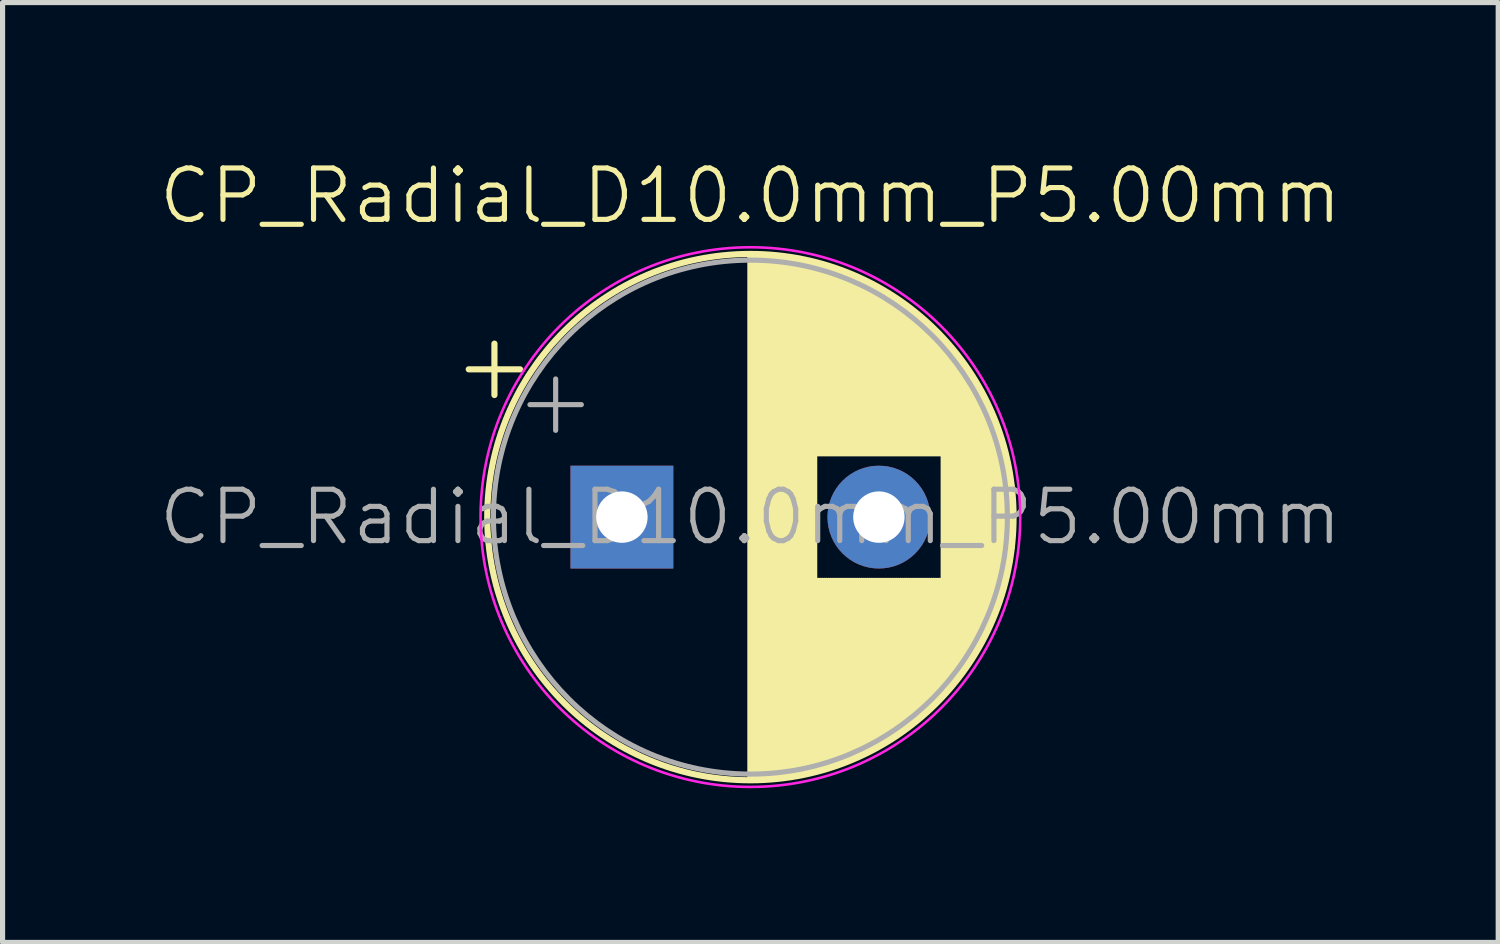
<source format=kicad_pcb>
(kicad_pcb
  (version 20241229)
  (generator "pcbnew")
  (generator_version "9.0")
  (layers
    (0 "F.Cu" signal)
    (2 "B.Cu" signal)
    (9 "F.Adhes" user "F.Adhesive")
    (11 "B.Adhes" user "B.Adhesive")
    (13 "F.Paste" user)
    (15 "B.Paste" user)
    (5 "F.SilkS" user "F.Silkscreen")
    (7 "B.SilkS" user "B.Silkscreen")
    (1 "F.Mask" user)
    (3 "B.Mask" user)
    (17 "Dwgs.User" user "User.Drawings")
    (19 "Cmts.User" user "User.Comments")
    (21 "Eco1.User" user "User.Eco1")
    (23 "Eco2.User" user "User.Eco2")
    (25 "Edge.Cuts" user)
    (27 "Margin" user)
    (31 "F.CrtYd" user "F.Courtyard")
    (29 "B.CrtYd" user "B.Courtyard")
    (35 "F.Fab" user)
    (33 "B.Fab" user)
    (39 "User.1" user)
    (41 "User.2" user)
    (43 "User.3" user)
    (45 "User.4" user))
  (footprint "CP_Radial_D10.0mm_P5.00mm"
    (layer "F.Cu")
    (at 9.05 7.011)
    (property "Reference" "CP_Radial_D10.0mm_P5.00mm" (at 2.5 -6.25 0) (layer "F.SilkS") (effects (font (size 1 1) (thickness 0.1))))
    (attr through_hole)
    (fp_line (start -2.98 -2.875) (end -1.98 -2.875) (stroke (width 0.12) (type solid)) (layer "F.SilkS"))
    (fp_line (start -2.48 -3.375) (end -2.48 -2.375) (stroke (width 0.12) (type solid)) (layer "F.SilkS"))
    (fp_line (start 2.5 -5.08) (end 2.5 5.08) (stroke (width 0.12) (type solid)) (layer "F.SilkS"))
    (fp_line (start 2.54 -5.08) (end 2.54 5.08) (stroke (width 0.12) (type solid)) (layer "F.SilkS"))
    (fp_line (start 2.58 -5.08) (end 2.58 5.08) (stroke (width 0.12) (type solid)) (layer "F.SilkS"))
    (fp_line (start 2.62 -5.079) (end 2.62 5.079) (stroke (width 0.12) (type solid)) (layer "F.SilkS"))
    (fp_line (start 2.66 -5.078) (end 2.66 5.078) (stroke (width 0.12) (type solid)) (layer "F.SilkS"))
    (fp_line (start 2.7 -5.077) (end 2.7 5.077) (stroke (width 0.12) (type solid)) (layer "F.SilkS"))
    (fp_line (start 2.74 -5.075) (end 2.74 5.075) (stroke (width 0.12) (type solid)) (layer "F.SilkS"))
    (fp_line (start 2.78 -5.073) (end 2.78 5.073) (stroke (width 0.12) (type solid)) (layer "F.SilkS"))
    (fp_line (start 2.82 -5.07) (end 2.82 5.07) (stroke (width 0.12) (type solid)) (layer "F.SilkS"))
    (fp_line (start 2.86 -5.068) (end 2.86 5.068) (stroke (width 0.12) (type solid)) (layer "F.SilkS"))
    (fp_line (start 2.9 -5.065) (end 2.9 5.065) (stroke (width 0.12) (type solid)) (layer "F.SilkS"))
    (fp_line (start 2.94 -5.062) (end 2.94 5.062) (stroke (width 0.12) (type solid)) (layer "F.SilkS"))
    (fp_line (start 2.98 -5.058) (end 2.98 5.058) (stroke (width 0.12) (type solid)) (layer "F.SilkS"))
    (fp_line (start 3.02 -5.054) (end 3.02 5.054) (stroke (width 0.12) (type solid)) (layer "F.SilkS"))
    (fp_line (start 3.06 -5.05) (end 3.06 5.05) (stroke (width 0.12) (type solid)) (layer "F.SilkS"))
    (fp_line (start 3.1 -5.045) (end 3.1 5.045) (stroke (width 0.12) (type solid)) (layer "F.SilkS"))
    (fp_line (start 3.14 -5.04) (end 3.14 5.04) (stroke (width 0.12) (type solid)) (layer "F.SilkS"))
    (fp_line (start 3.18 -5.035) (end 3.18 5.035) (stroke (width 0.12) (type solid)) (layer "F.SilkS"))
    (fp_line (start 3.221 -5.03) (end 3.221 5.03) (stroke (width 0.12) (type solid)) (layer "F.SilkS"))
    (fp_line (start 3.261 -5.024) (end 3.261 5.024) (stroke (width 0.12) (type solid)) (layer "F.SilkS"))
    (fp_line (start 3.301 -5.018) (end 3.301 5.018) (stroke (width 0.12) (type solid)) (layer "F.SilkS"))
    (fp_line (start 3.341 -5.011) (end 3.341 5.011) (stroke (width 0.12) (type solid)) (layer "F.SilkS"))
    (fp_line (start 3.381 -5.004) (end 3.381 5.004) (stroke (width 0.12) (type solid)) (layer "F.SilkS"))
    (fp_line (start 3.421 -4.997) (end 3.421 4.997) (stroke (width 0.12) (type solid)) (layer "F.SilkS"))
    (fp_line (start 3.461 -4.99) (end 3.461 4.99) (stroke (width 0.12) (type solid)) (layer "F.SilkS"))
    (fp_line (start 3.501 -4.982) (end 3.501 4.982) (stroke (width 0.12) (type solid)) (layer "F.SilkS"))
    (fp_line (start 3.541 -4.974) (end 3.541 4.974) (stroke (width 0.12) (type solid)) (layer "F.SilkS"))
    (fp_line (start 3.581 -4.965) (end 3.581 4.965) (stroke (width 0.12) (type solid)) (layer "F.SilkS"))
    (fp_line (start 3.621 -4.956) (end 3.621 4.956) (stroke (width 0.12) (type solid)) (layer "F.SilkS"))
    (fp_line (start 3.661 -4.947) (end 3.661 4.947) (stroke (width 0.12) (type solid)) (layer "F.SilkS"))
    (fp_line (start 3.701 -4.938) (end 3.701 4.938) (stroke (width 0.12) (type solid)) (layer "F.SilkS"))
    (fp_line (start 3.741 -4.928) (end 3.741 4.928) (stroke (width 0.12) (type solid)) (layer "F.SilkS"))
    (fp_line (start 3.781 -4.918) (end 3.781 -1.241) (stroke (width 0.12) (type solid)) (layer "F.SilkS"))
    (fp_line (start 3.781 1.241) (end 3.781 4.918) (stroke (width 0.12) (type solid)) (layer "F.SilkS"))
    (fp_line (start 3.821 -4.907) (end 3.821 -1.241) (stroke (width 0.12) (type solid)) (layer "F.SilkS"))
    (fp_line (start 3.821 1.241) (end 3.821 4.907) (stroke (width 0.12) (type solid)) (layer "F.SilkS"))
    (fp_line (start 3.861 -4.897) (end 3.861 -1.241) (stroke (width 0.12) (type solid)) (layer "F.SilkS"))
    (fp_line (start 3.861 1.241) (end 3.861 4.897) (stroke (width 0.12) (type solid)) (layer "F.SilkS"))
    (fp_line (start 3.901 -4.885) (end 3.901 -1.241) (stroke (width 0.12) (type solid)) (layer "F.SilkS"))
    (fp_line (start 3.901 1.241) (end 3.901 4.885) (stroke (width 0.12) (type solid)) (layer "F.SilkS"))
    (fp_line (start 3.941 -4.874) (end 3.941 -1.241) (stroke (width 0.12) (type solid)) (layer "F.SilkS"))
    (fp_line (start 3.941 1.241) (end 3.941 4.874) (stroke (width 0.12) (type solid)) (layer "F.SilkS"))
    (fp_line (start 3.981 -4.862) (end 3.981 -1.241) (stroke (width 0.12) (type solid)) (layer "F.SilkS"))
    (fp_line (start 3.981 1.241) (end 3.981 4.862) (stroke (width 0.12) (type solid)) (layer "F.SilkS"))
    (fp_line (start 4.021 -4.85) (end 4.021 -1.241) (stroke (width 0.12) (type solid)) (layer "F.SilkS"))
    (fp_line (start 4.021 1.241) (end 4.021 4.85) (stroke (width 0.12) (type solid)) (layer "F.SilkS"))
    (fp_line (start 4.061 -4.837) (end 4.061 -1.241) (stroke (width 0.12) (type solid)) (layer "F.SilkS"))
    (fp_line (start 4.061 1.241) (end 4.061 4.837) (stroke (width 0.12) (type solid)) (layer "F.SilkS"))
    (fp_line (start 4.101 -4.824) (end 4.101 -1.241) (stroke (width 0.12) (type solid)) (layer "F.SilkS"))
    (fp_line (start 4.101 1.241) (end 4.101 4.824) (stroke (width 0.12) (type solid)) (layer "F.SilkS"))
    (fp_line (start 4.141 -4.811) (end 4.141 -1.241) (stroke (width 0.12) (type solid)) (layer "F.SilkS"))
    (fp_line (start 4.141 1.241) (end 4.141 4.811) (stroke (width 0.12) (type solid)) (layer "F.SilkS"))
    (fp_line (start 4.181 -4.797) (end 4.181 -1.241) (stroke (width 0.12) (type solid)) (layer "F.SilkS"))
    (fp_line (start 4.181 1.241) (end 4.181 4.797) (stroke (width 0.12) (type solid)) (layer "F.SilkS"))
    (fp_line (start 4.221 -4.783) (end 4.221 -1.241) (stroke (width 0.12) (type solid)) (layer "F.SilkS"))
    (fp_line (start 4.221 1.241) (end 4.221 4.783) (stroke (width 0.12) (type solid)) (layer "F.SilkS"))
    (fp_line (start 4.261 -4.768) (end 4.261 -1.241) (stroke (width 0.12) (type solid)) (layer "F.SilkS"))
    (fp_line (start 4.261 1.241) (end 4.261 4.768) (stroke (width 0.12) (type solid)) (layer "F.SilkS"))
    (fp_line (start 4.301 -4.754) (end 4.301 -1.241) (stroke (width 0.12) (type solid)) (layer "F.SilkS"))
    (fp_line (start 4.301 1.241) (end 4.301 4.754) (stroke (width 0.12) (type solid)) (layer "F.SilkS"))
    (fp_line (start 4.341 -4.738) (end 4.341 -1.241) (stroke (width 0.12) (type solid)) (layer "F.SilkS"))
    (fp_line (start 4.341 1.241) (end 4.341 4.738) (stroke (width 0.12) (type solid)) (layer "F.SilkS"))
    (fp_line (start 4.381 -4.723) (end 4.381 -1.241) (stroke (width 0.12) (type solid)) (layer "F.SilkS"))
    (fp_line (start 4.381 1.241) (end 4.381 4.723) (stroke (width 0.12) (type solid)) (layer "F.SilkS"))
    (fp_line (start 4.421 -4.707) (end 4.421 -1.241) (stroke (width 0.12) (type solid)) (layer "F.SilkS"))
    (fp_line (start 4.421 1.241) (end 4.421 4.707) (stroke (width 0.12) (type solid)) (layer "F.SilkS"))
    (fp_line (start 4.461 -4.69) (end 4.461 -1.241) (stroke (width 0.12) (type solid)) (layer "F.SilkS"))
    (fp_line (start 4.461 1.241) (end 4.461 4.69) (stroke (width 0.12) (type solid)) (layer "F.SilkS"))
    (fp_line (start 4.501 -4.674) (end 4.501 -1.241) (stroke (width 0.12) (type solid)) (layer "F.SilkS"))
    (fp_line (start 4.501 1.241) (end 4.501 4.674) (stroke (width 0.12) (type solid)) (layer "F.SilkS"))
    (fp_line (start 4.541 -4.657) (end 4.541 -1.241) (stroke (width 0.12) (type solid)) (layer "F.SilkS"))
    (fp_line (start 4.541 1.241) (end 4.541 4.657) (stroke (width 0.12) (type solid)) (layer "F.SilkS"))
    (fp_line (start 4.581 -4.639) (end 4.581 -1.241) (stroke (width 0.12) (type solid)) (layer "F.SilkS"))
    (fp_line (start 4.581 1.241) (end 4.581 4.639) (stroke (width 0.12) (type solid)) (layer "F.SilkS"))
    (fp_line (start 4.621 -4.621) (end 4.621 -1.241) (stroke (width 0.12) (type solid)) (layer "F.SilkS"))
    (fp_line (start 4.621 1.241) (end 4.621 4.621) (stroke (width 0.12) (type solid)) (layer "F.SilkS"))
    (fp_line (start 4.661 -4.603) (end 4.661 -1.241) (stroke (width 0.12) (type solid)) (layer "F.SilkS"))
    (fp_line (start 4.661 1.241) (end 4.661 4.603) (stroke (width 0.12) (type solid)) (layer "F.SilkS"))
    (fp_line (start 4.701 -4.584) (end 4.701 -1.241) (stroke (width 0.12) (type solid)) (layer "F.SilkS"))
    (fp_line (start 4.701 1.241) (end 4.701 4.584) (stroke (width 0.12) (type solid)) (layer "F.SilkS"))
    (fp_line (start 4.741 -4.564) (end 4.741 -1.241) (stroke (width 0.12) (type solid)) (layer "F.SilkS"))
    (fp_line (start 4.741 1.241) (end 4.741 4.564) (stroke (width 0.12) (type solid)) (layer "F.SilkS"))
    (fp_line (start 4.781 -4.545) (end 4.781 -1.241) (stroke (width 0.12) (type solid)) (layer "F.SilkS"))
    (fp_line (start 4.781 1.241) (end 4.781 4.545) (stroke (width 0.12) (type solid)) (layer "F.SilkS"))
    (fp_line (start 4.821 -4.525) (end 4.821 -1.241) (stroke (width 0.12) (type solid)) (layer "F.SilkS"))
    (fp_line (start 4.821 1.241) (end 4.821 4.525) (stroke (width 0.12) (type solid)) (layer "F.SilkS"))
    (fp_line (start 4.861 -4.504) (end 4.861 -1.241) (stroke (width 0.12) (type solid)) (layer "F.SilkS"))
    (fp_line (start 4.861 1.241) (end 4.861 4.504) (stroke (width 0.12) (type solid)) (layer "F.SilkS"))
    (fp_line (start 4.901 -4.483) (end 4.901 -1.241) (stroke (width 0.12) (type solid)) (layer "F.SilkS"))
    (fp_line (start 4.901 1.241) (end 4.901 4.483) (stroke (width 0.12) (type solid)) (layer "F.SilkS"))
    (fp_line (start 4.941 -4.462) (end 4.941 -1.241) (stroke (width 0.12) (type solid)) (layer "F.SilkS"))
    (fp_line (start 4.941 1.241) (end 4.941 4.462) (stroke (width 0.12) (type solid)) (layer "F.SilkS"))
    (fp_line (start 4.981 -4.44) (end 4.981 -1.241) (stroke (width 0.12) (type solid)) (layer "F.SilkS"))
    (fp_line (start 4.981 1.241) (end 4.981 4.44) (stroke (width 0.12) (type solid)) (layer "F.SilkS"))
    (fp_line (start 5.021 -4.417) (end 5.021 -1.241) (stroke (width 0.12) (type solid)) (layer "F.SilkS"))
    (fp_line (start 5.021 1.241) (end 5.021 4.417) (stroke (width 0.12) (type solid)) (layer "F.SilkS"))
    (fp_line (start 5.061 -4.395) (end 5.061 -1.241) (stroke (width 0.12) (type solid)) (layer "F.SilkS"))
    (fp_line (start 5.061 1.241) (end 5.061 4.395) (stroke (width 0.12) (type solid)) (layer "F.SilkS"))
    (fp_line (start 5.101 -4.371) (end 5.101 -1.241) (stroke (width 0.12) (type solid)) (layer "F.SilkS"))
    (fp_line (start 5.101 1.241) (end 5.101 4.371) (stroke (width 0.12) (type solid)) (layer "F.SilkS"))
    (fp_line (start 5.141 -4.347) (end 5.141 -1.241) (stroke (width 0.12) (type solid)) (layer "F.SilkS"))
    (fp_line (start 5.141 1.241) (end 5.141 4.347) (stroke (width 0.12) (type solid)) (layer "F.SilkS"))
    (fp_line (start 5.181 -4.323) (end 5.181 -1.241) (stroke (width 0.12) (type solid)) (layer "F.SilkS"))
    (fp_line (start 5.181 1.241) (end 5.181 4.323) (stroke (width 0.12) (type solid)) (layer "F.SilkS"))
    (fp_line (start 5.221 -4.298) (end 5.221 -1.241) (stroke (width 0.12) (type solid)) (layer "F.SilkS"))
    (fp_line (start 5.221 1.241) (end 5.221 4.298) (stroke (width 0.12) (type solid)) (layer "F.SilkS"))
    (fp_line (start 5.261 -4.273) (end 5.261 -1.241) (stroke (width 0.12) (type solid)) (layer "F.SilkS"))
    (fp_line (start 5.261 1.241) (end 5.261 4.273) (stroke (width 0.12) (type solid)) (layer "F.SilkS"))
    (fp_line (start 5.301 -4.247) (end 5.301 -1.241) (stroke (width 0.12) (type solid)) (layer "F.SilkS"))
    (fp_line (start 5.301 1.241) (end 5.301 4.247) (stroke (width 0.12) (type solid)) (layer "F.SilkS"))
    (fp_line (start 5.341 -4.221) (end 5.341 -1.241) (stroke (width 0.12) (type solid)) (layer "F.SilkS"))
    (fp_line (start 5.341 1.241) (end 5.341 4.221) (stroke (width 0.12) (type solid)) (layer "F.SilkS"))
    (fp_line (start 5.381 -4.194) (end 5.381 -1.241) (stroke (width 0.12) (type solid)) (layer "F.SilkS"))
    (fp_line (start 5.381 1.241) (end 5.381 4.194) (stroke (width 0.12) (type solid)) (layer "F.SilkS"))
    (fp_line (start 5.421 -4.166) (end 5.421 -1.241) (stroke (width 0.12) (type solid)) (layer "F.SilkS"))
    (fp_line (start 5.421 1.241) (end 5.421 4.166) (stroke (width 0.12) (type solid)) (layer "F.SilkS"))
    (fp_line (start 5.461 -4.138) (end 5.461 -1.241) (stroke (width 0.12) (type solid)) (layer "F.SilkS"))
    (fp_line (start 5.461 1.241) (end 5.461 4.138) (stroke (width 0.12) (type solid)) (layer "F.SilkS"))
    (fp_line (start 5.501 -4.11) (end 5.501 -1.241) (stroke (width 0.12) (type solid)) (layer "F.SilkS"))
    (fp_line (start 5.501 1.241) (end 5.501 4.11) (stroke (width 0.12) (type solid)) (layer "F.SilkS"))
    (fp_line (start 5.541 -4.08) (end 5.541 -1.241) (stroke (width 0.12) (type solid)) (layer "F.SilkS"))
    (fp_line (start 5.541 1.241) (end 5.541 4.08) (stroke (width 0.12) (type solid)) (layer "F.SilkS"))
    (fp_line (start 5.581 -4.05) (end 5.581 -1.241) (stroke (width 0.12) (type solid)) (layer "F.SilkS"))
    (fp_line (start 5.581 1.241) (end 5.581 4.05) (stroke (width 0.12) (type solid)) (layer "F.SilkS"))
    (fp_line (start 5.621 -4.02) (end 5.621 -1.241) (stroke (width 0.12) (type solid)) (layer "F.SilkS"))
    (fp_line (start 5.621 1.241) (end 5.621 4.02) (stroke (width 0.12) (type solid)) (layer "F.SilkS"))
    (fp_line (start 5.661 -3.989) (end 5.661 -1.241) (stroke (width 0.12) (type solid)) (layer "F.SilkS"))
    (fp_line (start 5.661 1.241) (end 5.661 3.989) (stroke (width 0.12) (type solid)) (layer "F.SilkS"))
    (fp_line (start 5.701 -3.957) (end 5.701 -1.241) (stroke (width 0.12) (type solid)) (layer "F.SilkS"))
    (fp_line (start 5.701 1.241) (end 5.701 3.957) (stroke (width 0.12) (type solid)) (layer "F.SilkS"))
    (fp_line (start 5.741 -3.925) (end 5.741 -1.241) (stroke (width 0.12) (type solid)) (layer "F.SilkS"))
    (fp_line (start 5.741 1.241) (end 5.741 3.925) (stroke (width 0.12) (type solid)) (layer "F.SilkS"))
    (fp_line (start 5.781 -3.892) (end 5.781 -1.241) (stroke (width 0.12) (type solid)) (layer "F.SilkS"))
    (fp_line (start 5.781 1.241) (end 5.781 3.892) (stroke (width 0.12) (type solid)) (layer "F.SilkS"))
    (fp_line (start 5.821 -3.858) (end 5.821 -1.241) (stroke (width 0.12) (type solid)) (layer "F.SilkS"))
    (fp_line (start 5.821 1.241) (end 5.821 3.858) (stroke (width 0.12) (type solid)) (layer "F.SilkS"))
    (fp_line (start 5.861 -3.824) (end 5.861 -1.241) (stroke (width 0.12) (type solid)) (layer "F.SilkS"))
    (fp_line (start 5.861 1.241) (end 5.861 3.824) (stroke (width 0.12) (type solid)) (layer "F.SilkS"))
    (fp_line (start 5.901 -3.789) (end 5.901 -1.241) (stroke (width 0.12) (type solid)) (layer "F.SilkS"))
    (fp_line (start 5.901 1.241) (end 5.901 3.789) (stroke (width 0.12) (type solid)) (layer "F.SilkS"))
    (fp_line (start 5.941 -3.753) (end 5.941 -1.241) (stroke (width 0.12) (type solid)) (layer "F.SilkS"))
    (fp_line (start 5.941 1.241) (end 5.941 3.753) (stroke (width 0.12) (type solid)) (layer "F.SilkS"))
    (fp_line (start 5.981 -3.716) (end 5.981 -1.241) (stroke (width 0.12) (type solid)) (layer "F.SilkS"))
    (fp_line (start 5.981 1.241) (end 5.981 3.716) (stroke (width 0.12) (type solid)) (layer "F.SilkS"))
    (fp_line (start 6.021 -3.679) (end 6.021 -1.241) (stroke (width 0.12) (type solid)) (layer "F.SilkS"))
    (fp_line (start 6.021 1.241) (end 6.021 3.679) (stroke (width 0.12) (type solid)) (layer "F.SilkS"))
    (fp_line (start 6.061 -3.64) (end 6.061 -1.241) (stroke (width 0.12) (type solid)) (layer "F.SilkS"))
    (fp_line (start 6.061 1.241) (end 6.061 3.64) (stroke (width 0.12) (type solid)) (layer "F.SilkS"))
    (fp_line (start 6.101 -3.601) (end 6.101 -1.241) (stroke (width 0.12) (type solid)) (layer "F.SilkS"))
    (fp_line (start 6.101 1.241) (end 6.101 3.601) (stroke (width 0.12) (type solid)) (layer "F.SilkS"))
    (fp_line (start 6.141 -3.561) (end 6.141 -1.241) (stroke (width 0.12) (type solid)) (layer "F.SilkS"))
    (fp_line (start 6.141 1.241) (end 6.141 3.561) (stroke (width 0.12) (type solid)) (layer "F.SilkS"))
    (fp_line (start 6.181 -3.52) (end 6.181 -1.241) (stroke (width 0.12) (type solid)) (layer "F.SilkS"))
    (fp_line (start 6.181 1.241) (end 6.181 3.52) (stroke (width 0.12) (type solid)) (layer "F.SilkS"))
    (fp_line (start 6.221 -3.478) (end 6.221 -1.241) (stroke (width 0.12) (type solid)) (layer "F.SilkS"))
    (fp_line (start 6.221 1.241) (end 6.221 3.478) (stroke (width 0.12) (type solid)) (layer "F.SilkS"))
    (fp_line (start 6.261 -3.436) (end 6.261 3.436) (stroke (width 0.12) (type solid)) (layer "F.SilkS"))
    (fp_line (start 6.301 -3.392) (end 6.301 3.392) (stroke (width 0.12) (type solid)) (layer "F.SilkS"))
    (fp_line (start 6.341 -3.347) (end 6.341 3.347) (stroke (width 0.12) (type solid)) (layer "F.SilkS"))
    (fp_line (start 6.381 -3.301) (end 6.381 3.301) (stroke (width 0.12) (type solid)) (layer "F.SilkS"))
    (fp_line (start 6.421 -3.254) (end 6.421 3.254) (stroke (width 0.12) (type solid)) (layer "F.SilkS"))
    (fp_line (start 6.461 -3.206) (end 6.461 3.206) (stroke (width 0.12) (type solid)) (layer "F.SilkS"))
    (fp_line (start 6.501 -3.156) (end 6.501 3.156) (stroke (width 0.12) (type solid)) (layer "F.SilkS"))
    (fp_line (start 6.541 -3.106) (end 6.541 3.106) (stroke (width 0.12) (type solid)) (layer "F.SilkS"))
    (fp_line (start 6.581 -3.054) (end 6.581 3.054) (stroke (width 0.12) (type solid)) (layer "F.SilkS"))
    (fp_line (start 6.621 -3) (end 6.621 3) (stroke (width 0.12) (type solid)) (layer "F.SilkS"))
    (fp_line (start 6.661 -2.945) (end 6.661 2.945) (stroke (width 0.12) (type solid)) (layer "F.SilkS"))
    (fp_line (start 6.701 -2.889) (end 6.701 2.889) (stroke (width 0.12) (type solid)) (layer "F.SilkS"))
    (fp_line (start 6.741 -2.83) (end 6.741 2.83) (stroke (width 0.12) (type solid)) (layer "F.SilkS"))
    (fp_line (start 6.781 -2.77) (end 6.781 2.77) (stroke (width 0.12) (type solid)) (layer "F.SilkS"))
    (fp_line (start 6.821 -2.709) (end 6.821 2.709) (stroke (width 0.12) (type solid)) (layer "F.SilkS"))
    (fp_line (start 6.861 -2.645) (end 6.861 2.645) (stroke (width 0.12) (type solid)) (layer "F.SilkS"))
    (fp_line (start 6.901 -2.579) (end 6.901 2.579) (stroke (width 0.12) (type solid)) (layer "F.SilkS"))
    (fp_line (start 6.941 -2.51) (end 6.941 2.51) (stroke (width 0.12) (type solid)) (layer "F.SilkS"))
    (fp_line (start 6.981 -2.439) (end 6.981 2.439) (stroke (width 0.12) (type solid)) (layer "F.SilkS"))
    (fp_line (start 7.021 -2.365) (end 7.021 2.365) (stroke (width 0.12) (type solid)) (layer "F.SilkS"))
    (fp_line (start 7.061 -2.289) (end 7.061 2.289) (stroke (width 0.12) (type solid)) (layer "F.SilkS"))
    (fp_line (start 7.101 -2.209) (end 7.101 2.209) (stroke (width 0.12) (type solid)) (layer "F.SilkS"))
    (fp_line (start 7.141 -2.125) (end 7.141 2.125) (stroke (width 0.12) (type solid)) (layer "F.SilkS"))
    (fp_line (start 7.181 -2.037) (end 7.181 2.037) (stroke (width 0.12) (type solid)) (layer "F.SilkS"))
    (fp_line (start 7.221 -1.944) (end 7.221 1.944) (stroke (width 0.12) (type solid)) (layer "F.SilkS"))
    (fp_line (start 7.261 -1.846) (end 7.261 1.846) (stroke (width 0.12) (type solid)) (layer "F.SilkS"))
    (fp_line (start 7.301 -1.742) (end 7.301 1.742) (stroke (width 0.12) (type solid)) (layer "F.SilkS"))
    (fp_line (start 7.341 -1.63) (end 7.341 1.63) (stroke (width 0.12) (type solid)) (layer "F.SilkS"))
    (fp_line (start 7.381 -1.51) (end 7.381 1.51) (stroke (width 0.12) (type solid)) (layer "F.SilkS"))
    (fp_line (start 7.421 -1.378) (end 7.421 1.378) (stroke (width 0.12) (type solid)) (layer "F.SilkS"))
    (fp_line (start 7.461 -1.23) (end 7.461 1.23) (stroke (width 0.12) (type solid)) (layer "F.SilkS"))
    (fp_line (start 7.501 -1.062) (end 7.501 1.062) (stroke (width 0.12) (type solid)) (layer "F.SilkS"))
    (fp_line (start 7.541 -0.862) (end 7.541 0.862) (stroke (width 0.12) (type solid)) (layer "F.SilkS"))
    (fp_line (start 7.581 -0.599) (end 7.581 0.599) (stroke (width 0.12) (type solid)) (layer "F.SilkS"))
    (fp_circle (center 2.5 0) (end 7.62 0) (stroke (width 0.12) (type solid)) (fill no) (layer "F.SilkS"))
    (fp_circle (center 2.5 0) (end 7.75 0) (stroke (width 0.05) (type solid)) (fill no) (layer "F.CrtYd"))
    (fp_line (start -1.789 -2.188) (end -0.789 -2.188) (stroke (width 0.1) (type solid)) (layer "F.Fab"))
    (fp_line (start -1.289 -2.688) (end -1.289 -1.688) (stroke (width 0.1) (type solid)) (layer "F.Fab"))
    (fp_circle (center 2.5 0) (end 7.5 0) (stroke (width 0.1) (type solid)) (fill no) (layer "F.Fab"))
    (fp_text user "${REFERENCE}" (at 2.5 0 0) (layer "F.Fab") (effects (font (size 1 1) (thickness 0.1))))
    (pad "1" thru_hole rect (at 0 0) (size 2 2) (drill 1) (layers "*.Cu" "*.Mask"))
    (pad "2" thru_hole circle (at 5 0) (size 2 2) (drill 1) (layers "*.Cu" "*.Mask")))
  (gr_rect
    (start -3 -3)
    (end 26.1 15.286)
    (stroke (width 0.1) (type default))
    (fill no)
    (layer "Edge.Cuts")))
</source>
